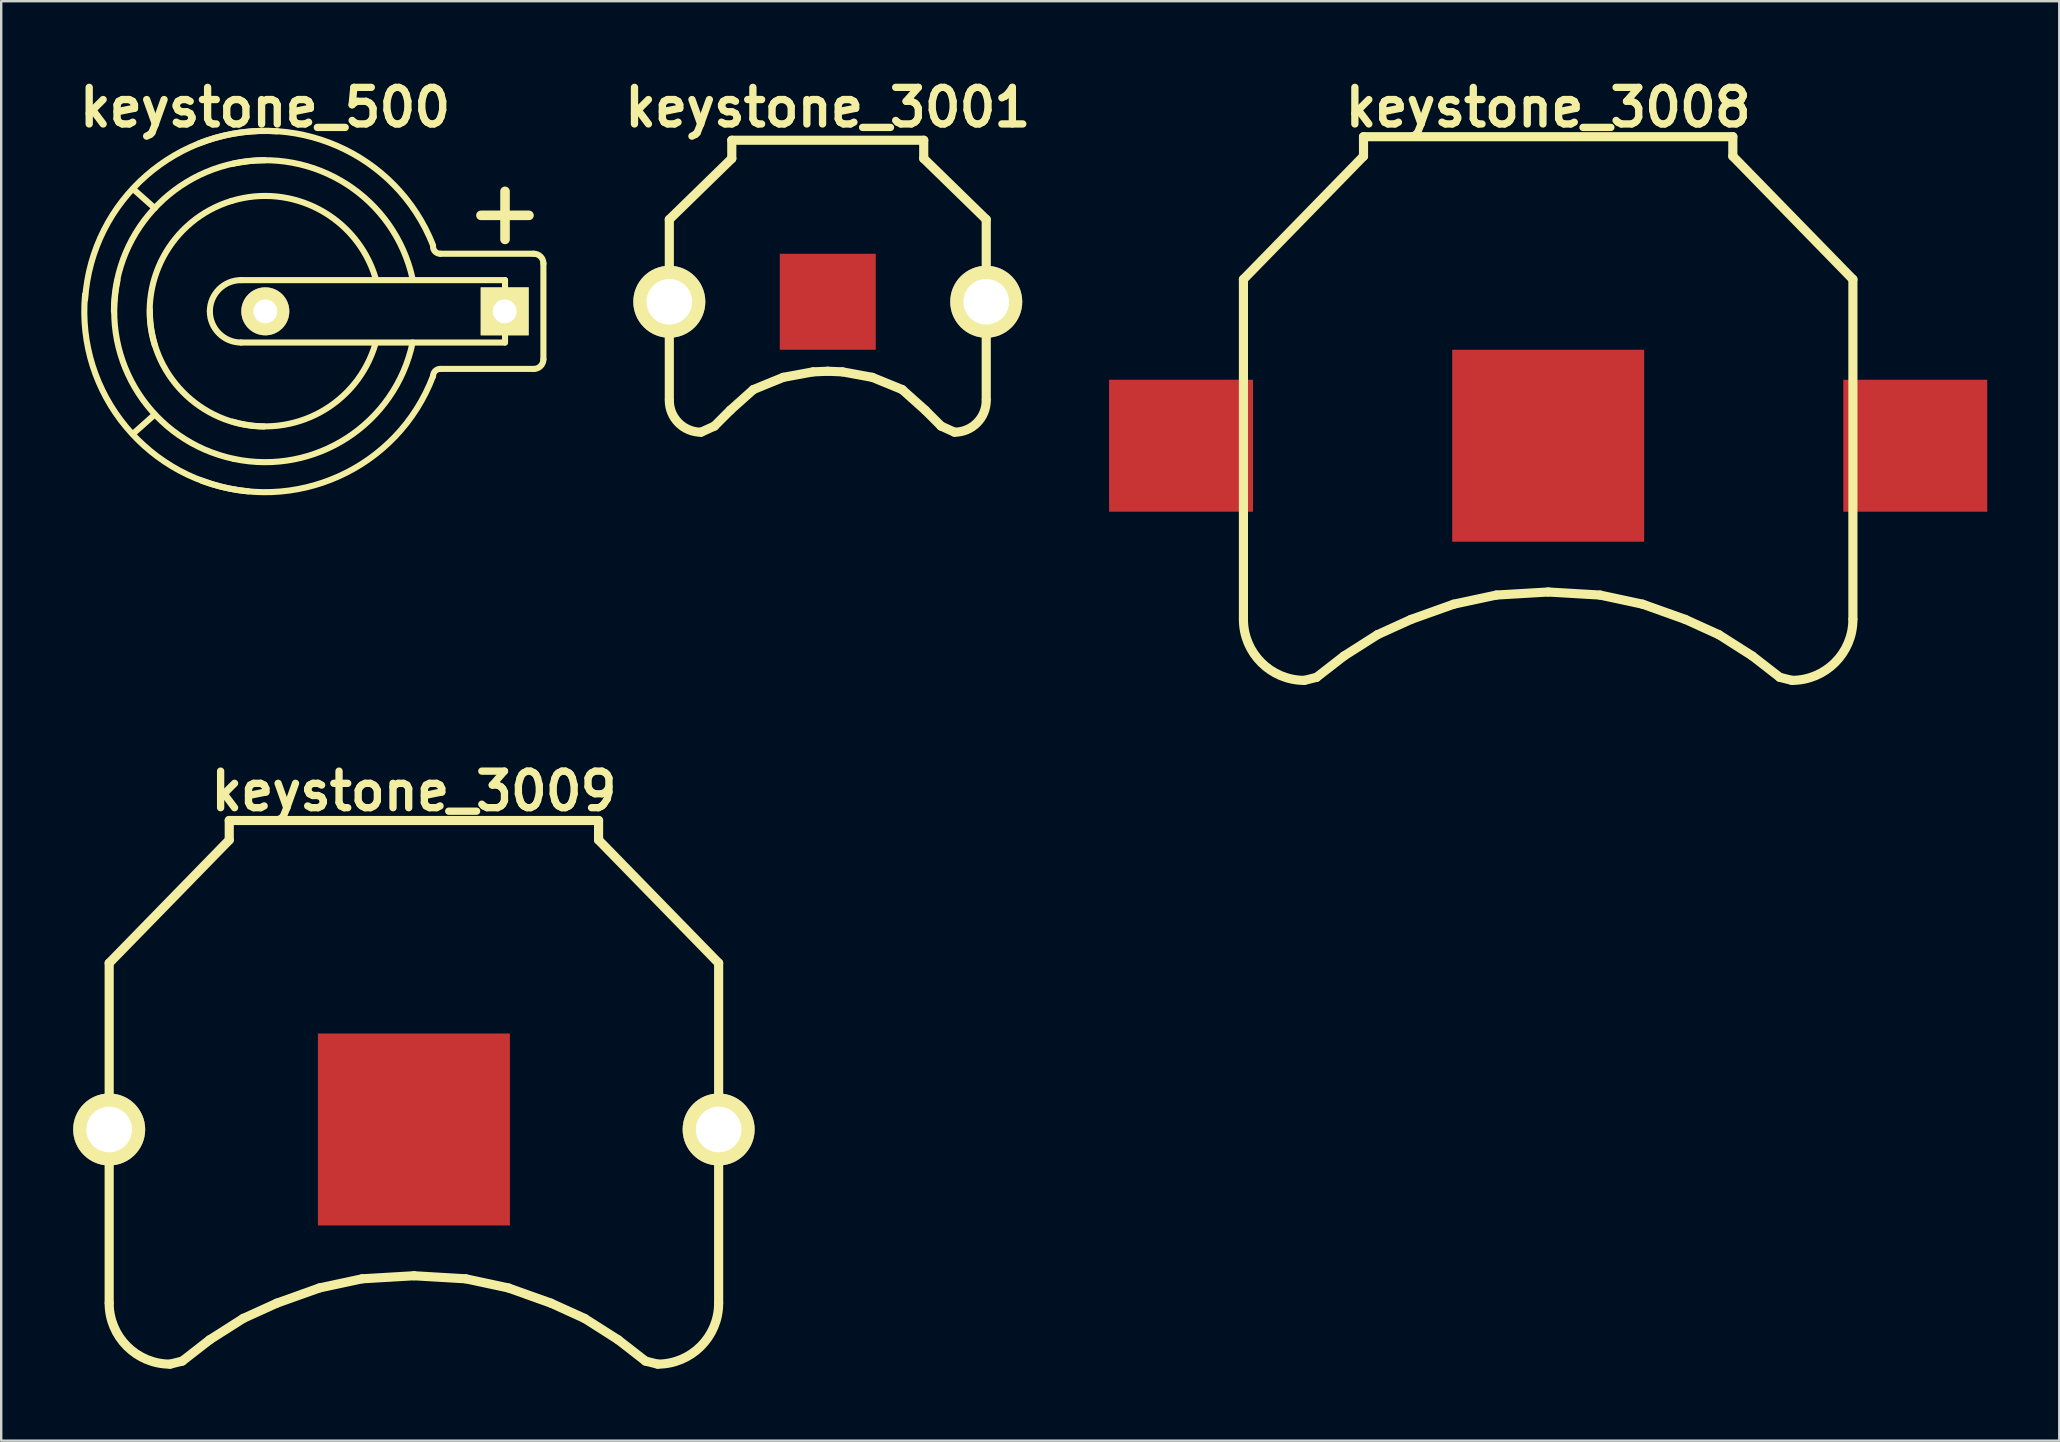
<source format=kicad_pcb>
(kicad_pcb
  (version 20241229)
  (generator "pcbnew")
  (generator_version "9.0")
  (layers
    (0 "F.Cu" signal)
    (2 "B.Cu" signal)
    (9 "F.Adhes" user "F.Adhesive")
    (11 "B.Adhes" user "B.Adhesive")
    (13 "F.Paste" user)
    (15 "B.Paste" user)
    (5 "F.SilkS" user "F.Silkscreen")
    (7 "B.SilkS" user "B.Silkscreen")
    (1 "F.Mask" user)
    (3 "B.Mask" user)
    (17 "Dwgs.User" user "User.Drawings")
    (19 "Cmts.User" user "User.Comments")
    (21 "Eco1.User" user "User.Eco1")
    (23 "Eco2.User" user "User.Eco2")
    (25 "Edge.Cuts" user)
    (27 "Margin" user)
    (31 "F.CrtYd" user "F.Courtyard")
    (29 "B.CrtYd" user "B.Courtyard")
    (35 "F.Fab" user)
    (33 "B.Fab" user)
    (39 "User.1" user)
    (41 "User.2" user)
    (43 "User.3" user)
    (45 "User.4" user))
  (footprint "keystone_500"
    (layer "F.Cu")
    (at 7.997 9.925)
    (property "Reference" "keystone_500" (at 0 -8.499 0) (layer "F.SilkS") (effects (font (size 1.524 1.524) (thickness 0.305))))
    (attr through_hole)
    (fp_line (start -5.499 -5.1) (end -4.6 -4.3) (stroke (width 0.254) (type solid)) (layer "F.SilkS"))
    (fp_line (start -5.499 5.1) (end -4.6 4.3) (stroke (width 0.254) (type solid)) (layer "F.SilkS"))
    (fp_line (start -1.001 -1.3) (end 10 -1.3) (stroke (width 0.254) (type solid)) (layer "F.SilkS"))
    (fp_line (start 8.997 -4) (end 10.998 -4) (stroke (width 0.399) (type solid)) (layer "F.SilkS"))
    (fp_line (start 10 -2.997) (end 10 -5.001) (stroke (width 0.399) (type solid)) (layer "F.SilkS"))
    (fp_line (start 10 -1.3) (end 10 1.3) (stroke (width 0.254) (type solid)) (layer "F.SilkS"))
    (fp_line (start 10 1.3) (end -1.001 1.3) (stroke (width 0.254) (type solid)) (layer "F.SilkS"))
    (fp_line (start 11.199 -2.4) (end 7.3 -2.4) (stroke (width 0.254) (type solid)) (layer "F.SilkS"))
    (fp_line (start 11.199 2.4) (end 7.3 2.4) (stroke (width 0.254) (type solid)) (layer "F.SilkS"))
    (fp_line (start 11.6 1.999) (end 11.6 -1.999) (stroke (width 0.254) (type solid)) (layer "F.SilkS"))
    (fp_arc (start -7.50062 -0.50038) (mid -4.949917 -5.657561) (end 0.50038 -7.50062) (stroke (width 0.254) (type solid)) (layer "F.SilkS"))
    (fp_arc (start -6.2992 0) (mid -4.454207 -4.454207) (end 0 -6.2992) (stroke (width 0.254) (type solid)) (layer "F.SilkS"))
    (fp_arc (start -4.59994 1.39954) (mid -4.242273 -2.263025) (end -1.39954 -4.59994) (stroke (width 0.254) (type solid)) (layer "F.SilkS"))
    (fp_arc (start -2.75082 -7.00024) (mid 3.004794 -6.895041) (end 7.00024 -2.75082) (stroke (width 0.254) (type solid)) (layer "F.SilkS"))
    (fp_arc (start -2.30124 0) (mid -1.920338 -0.919578) (end -1.00076 -1.30048) (stroke (width 0.254) (type solid)) (layer "F.SilkS"))
    (fp_arc (start -1.39954 -4.59994) (mid 2.263025 -4.242273) (end 4.59994 -1.39954) (stroke (width 0.254) (type solid)) (layer "F.SilkS"))
    (fp_arc (start -1.34874 -6.14934) (mid 3.394537 -5.301943) (end 6.14934 -1.34874) (stroke (width 0.254) (type solid)) (layer "F.SilkS"))
    (fp_arc (start -1.30048 6.14934) (mid -5.267818 3.428662) (end -6.14934 -1.30048) (stroke (width 0.254) (type solid)) (layer "F.SilkS"))
    (fp_arc (start -1.00076 1.30048) (mid -1.920338 0.919578) (end -2.30124 0) (stroke (width 0.254) (type solid)) (layer "F.SilkS"))
    (fp_arc (start -0.70104 7.50062) (mid -5.799449 4.808029) (end -7.50062 -0.70104) (stroke (width 0.254) (type solid)) (layer "F.SilkS"))
    (fp_arc (start -0.0508 4.8006) (mid -3.430458 3.358616) (end -4.8006 -0.0508) (stroke (width 0.254) (type solid)) (layer "F.SilkS"))
    (fp_arc (start 4.59994 1.34874) (mid 2.298946 4.206352) (end -1.34874 4.59994) (stroke (width 0.254) (type solid)) (layer "F.SilkS"))
    (fp_arc (start 6.14934 1.30048) (mid 3.428662 5.267818) (end -1.30048 6.14934) (stroke (width 0.254) (type solid)) (layer "F.SilkS"))
    (fp_arc (start 7.00024 2.70002) (mid 3.076636 6.873999) (end -2.64922 7.05104) (stroke (width 0.254) (type solid)) (layer "F.SilkS"))
    (fp_arc (start 7.00024 2.70002) (mid 7.088026 2.488086) (end 7.29996 2.4003) (stroke (width 0.254) (type solid)) (layer "F.SilkS"))
    (fp_arc (start 7.29996 -2.4003) (mid 7.088026 -2.488086) (end 7.00024 -2.70002) (stroke (width 0.254) (type solid)) (layer "F.SilkS"))
    (fp_arc (start 11.19886 -2.4003) (mid 11.482636 -2.282756) (end 11.60018 -1.99898) (stroke (width 0.254) (type solid)) (layer "F.SilkS"))
    (fp_arc (start 11.60018 1.99898) (mid 11.482636 2.282756) (end 11.19886 2.4003) (stroke (width 0.254) (type solid)) (layer "F.SilkS"))
    (pad "1" thru_hole rect (at 9.987 0) (size 1.999 1.999) (drill 0.996) (layers "*.Cu" "*.Mask" "F.SilkS"))
    (pad "2" thru_hole circle (at 0.01 0) (size 1.999 1.999) (drill 0.996) (layers "*.Cu" "*.Mask" "F.SilkS")))
  (footprint "keystone_3008"
    (layer "F.Cu")
    (at 61.471 15.526)
    (property "Reference" "keystone_3008" (at 0 -14.1 0) (layer "F.SilkS") (effects (font (size 1.524 1.524) (thickness 0.305))))
    (attr through_hole)
    (fp_line (start -12.7 -6.934) (end -12.7 7.214) (stroke (width 0.381) (type solid)) (layer "F.SilkS"))
    (fp_line (start -10.16 9.779) (end -9.652 9.652) (stroke (width 0.381) (type solid)) (layer "F.SilkS"))
    (fp_line (start -9.652 9.652) (end -8.509 8.763) (stroke (width 0.381) (type solid)) (layer "F.SilkS"))
    (fp_line (start -8.509 8.763) (end -7.112 7.874) (stroke (width 0.381) (type solid)) (layer "F.SilkS"))
    (fp_line (start -7.696 -12.878) (end -7.696 -12.065) (stroke (width 0.381) (type solid)) (layer "F.SilkS"))
    (fp_line (start -7.696 -12.878) (end 7.696 -12.878) (stroke (width 0.381) (type solid)) (layer "F.SilkS"))
    (fp_line (start -7.696 -12.065) (end -12.7 -6.934) (stroke (width 0.381) (type solid)) (layer "F.SilkS"))
    (fp_line (start -7.112 7.874) (end -5.715 7.239) (stroke (width 0.381) (type solid)) (layer "F.SilkS"))
    (fp_line (start -5.715 7.239) (end -3.937 6.604) (stroke (width 0.381) (type solid)) (layer "F.SilkS"))
    (fp_line (start -3.937 6.604) (end -2.159 6.223) (stroke (width 0.381) (type solid)) (layer "F.SilkS"))
    (fp_line (start -2.159 6.223) (end 0 6.096) (stroke (width 0.381) (type solid)) (layer "F.SilkS"))
    (fp_line (start 0 6.096) (end 2.159 6.223) (stroke (width 0.381) (type solid)) (layer "F.SilkS"))
    (fp_line (start 2.159 6.223) (end 3.937 6.604) (stroke (width 0.381) (type solid)) (layer "F.SilkS"))
    (fp_line (start 3.937 6.604) (end 5.715 7.239) (stroke (width 0.381) (type solid)) (layer "F.SilkS"))
    (fp_line (start 5.715 7.239) (end 7.112 7.874) (stroke (width 0.381) (type solid)) (layer "F.SilkS"))
    (fp_line (start 7.112 7.874) (end 8.509 8.763) (stroke (width 0.381) (type solid)) (layer "F.SilkS"))
    (fp_line (start 7.696 -12.878) (end 7.696 -12.065) (stroke (width 0.381) (type solid)) (layer "F.SilkS"))
    (fp_line (start 7.696 -12.065) (end 12.7 -6.934) (stroke (width 0.381) (type solid)) (layer "F.SilkS"))
    (fp_line (start 8.509 8.763) (end 9.652 9.652) (stroke (width 0.381) (type solid)) (layer "F.SilkS"))
    (fp_line (start 9.652 9.652) (end 10.16 9.779) (stroke (width 0.381) (type solid)) (layer "F.SilkS"))
    (fp_line (start 12.7 -6.934) (end 12.7 7.214) (stroke (width 0.381) (type solid)) (layer "F.SilkS"))
    (fp_arc (start -10.16 9.779) (mid -11.956051 9.035051) (end -12.7 7.239) (stroke (width 0.381) (type solid)) (layer "F.SilkS"))
    (fp_arc (start 12.7 7.239) (mid 11.956051 9.035051) (end 10.16 9.779) (stroke (width 0.381) (type solid)) (layer "F.SilkS"))
    (pad "1" smd rect (at -15.3 0) (size 6 5.5) (layers "F.Cu" "F.Mask" "F.Paste"))
    (pad "1" smd rect (at 15.3 0) (size 6 5.5) (layers "F.Cu" "F.Mask" "F.Paste"))
    (pad "2" smd rect (at 0 0) (size 8 8) (layers "F.Cu" "F.Mask" "F.Paste")))
  (footprint "keystone_3009"
    (layer "F.Cu")
    (at 14.2 44.022)
    (property "Reference" "keystone_3009" (at 0 -14.1 0) (layer "F.SilkS") (effects (font (size 1.524 1.524) (thickness 0.305))))
    (attr through_hole)
    (fp_line (start -12.7 -6.934) (end -12.7 7.214) (stroke (width 0.381) (type solid)) (layer "F.SilkS"))
    (fp_line (start -10.16 9.779) (end -9.652 9.652) (stroke (width 0.381) (type solid)) (layer "F.SilkS"))
    (fp_line (start -9.652 9.652) (end -8.509 8.763) (stroke (width 0.381) (type solid)) (layer "F.SilkS"))
    (fp_line (start -8.509 8.763) (end -7.112 7.874) (stroke (width 0.381) (type solid)) (layer "F.SilkS"))
    (fp_line (start -7.696 -12.878) (end -7.696 -12.065) (stroke (width 0.381) (type solid)) (layer "F.SilkS"))
    (fp_line (start -7.696 -12.878) (end 7.696 -12.878) (stroke (width 0.381) (type solid)) (layer "F.SilkS"))
    (fp_line (start -7.696 -12.065) (end -12.7 -6.934) (stroke (width 0.381) (type solid)) (layer "F.SilkS"))
    (fp_line (start -7.112 7.874) (end -5.715 7.239) (stroke (width 0.381) (type solid)) (layer "F.SilkS"))
    (fp_line (start -5.715 7.239) (end -3.937 6.604) (stroke (width 0.381) (type solid)) (layer "F.SilkS"))
    (fp_line (start -3.937 6.604) (end -2.159 6.223) (stroke (width 0.381) (type solid)) (layer "F.SilkS"))
    (fp_line (start -2.159 6.223) (end 0 6.096) (stroke (width 0.381) (type solid)) (layer "F.SilkS"))
    (fp_line (start 0 6.096) (end 2.159 6.223) (stroke (width 0.381) (type solid)) (layer "F.SilkS"))
    (fp_line (start 2.159 6.223) (end 3.937 6.604) (stroke (width 0.381) (type solid)) (layer "F.SilkS"))
    (fp_line (start 3.937 6.604) (end 5.715 7.239) (stroke (width 0.381) (type solid)) (layer "F.SilkS"))
    (fp_line (start 5.715 7.239) (end 7.112 7.874) (stroke (width 0.381) (type solid)) (layer "F.SilkS"))
    (fp_line (start 7.112 7.874) (end 8.509 8.763) (stroke (width 0.381) (type solid)) (layer "F.SilkS"))
    (fp_line (start 7.696 -12.878) (end 7.696 -12.065) (stroke (width 0.381) (type solid)) (layer "F.SilkS"))
    (fp_line (start 7.696 -12.065) (end 12.7 -6.934) (stroke (width 0.381) (type solid)) (layer "F.SilkS"))
    (fp_line (start 8.509 8.763) (end 9.652 9.652) (stroke (width 0.381) (type solid)) (layer "F.SilkS"))
    (fp_line (start 9.652 9.652) (end 10.16 9.779) (stroke (width 0.381) (type solid)) (layer "F.SilkS"))
    (fp_line (start 12.7 -6.934) (end 12.7 7.214) (stroke (width 0.381) (type solid)) (layer "F.SilkS"))
    (fp_arc (start -10.16 9.779) (mid -11.956051 9.035051) (end -12.7 7.239) (stroke (width 0.381) (type solid)) (layer "F.SilkS"))
    (fp_arc (start 12.7 7.239) (mid 11.956051 9.035051) (end 10.16 9.779) (stroke (width 0.381) (type solid)) (layer "F.SilkS"))
    (pad "1" thru_hole circle (at -12.7 0) (size 3 3) (drill 1.9) (layers "*.Cu" "*.Mask" "F.SilkS"))
    (pad "1" thru_hole circle (at 12.7 0) (size 3 3) (drill 1.9) (layers "*.Cu" "*.Mask" "F.SilkS"))
    (pad "2" smd rect (at 0 0) (size 8 8) (layers "F.Cu" "F.Mask" "F.Paste")))
  (footprint "keystone_3001"
    (layer "F.Cu")
    (at 31.448 9.526)
    (property "Reference" "keystone_3001" (at 0 -8.1 0) (layer "F.SilkS") (effects (font (size 1.524 1.524) (thickness 0.305))))
    (attr through_hole)
    (fp_line (start -6.604 -3.429) (end -6.604 4.064) (stroke (width 0.381) (type solid)) (layer "F.SilkS"))
    (fp_line (start -5.283 5.436) (end -4.724 5.182) (stroke (width 0.381) (type solid)) (layer "F.SilkS"))
    (fp_line (start -4.064 4.521) (end -4.724 5.182) (stroke (width 0.381) (type solid)) (layer "F.SilkS"))
    (fp_line (start -4 -6.731) (end -4 -5.969) (stroke (width 0.381) (type solid)) (layer "F.SilkS"))
    (fp_line (start -4 -6.731) (end 4 -6.731) (stroke (width 0.381) (type solid)) (layer "F.SilkS"))
    (fp_line (start -4 -5.969) (end -6.604 -3.429) (stroke (width 0.381) (type solid)) (layer "F.SilkS"))
    (fp_line (start -3.099 3.658) (end -4.064 4.521) (stroke (width 0.381) (type solid)) (layer "F.SilkS"))
    (fp_line (start -3.099 3.658) (end -1.854 3.15) (stroke (width 0.381) (type solid)) (layer "F.SilkS"))
    (fp_line (start -1.854 3.15) (end -0.61 2.921) (stroke (width 0.381) (type solid)) (layer "F.SilkS"))
    (fp_line (start -0.61 2.921) (end 0 2.896) (stroke (width 0.381) (type solid)) (layer "F.SilkS"))
    (fp_line (start 0 2.896) (end 0.61 2.921) (stroke (width 0.381) (type solid)) (layer "F.SilkS"))
    (fp_line (start 0.61 2.921) (end 1.854 3.15) (stroke (width 0.381) (type solid)) (layer "F.SilkS"))
    (fp_line (start 1.854 3.15) (end 3.099 3.658) (stroke (width 0.381) (type solid)) (layer "F.SilkS"))
    (fp_line (start 3.099 3.658) (end 4.064 4.521) (stroke (width 0.381) (type solid)) (layer "F.SilkS"))
    (fp_line (start 3.999 -6.731) (end 3.999 -5.969) (stroke (width 0.381) (type solid)) (layer "F.SilkS"))
    (fp_line (start 4 -5.969) (end 6.604 -3.429) (stroke (width 0.381) (type solid)) (layer "F.SilkS"))
    (fp_line (start 4.064 4.521) (end 4.724 5.182) (stroke (width 0.381) (type solid)) (layer "F.SilkS"))
    (fp_line (start 4.724 5.182) (end 5.283 5.436) (stroke (width 0.381) (type solid)) (layer "F.SilkS"))
    (fp_line (start 6.604 -3.429) (end 6.604 4.064) (stroke (width 0.381) (type solid)) (layer "F.SilkS"))
    (fp_arc (start -5.2832 5.4356) (mid -6.217147 5.048747) (end -6.604 4.1148) (stroke (width 0.381) (type solid)) (layer "F.SilkS"))
    (fp_arc (start 6.604 4.1148) (mid 6.217147 5.048747) (end 5.2832 5.4356) (stroke (width 0.381) (type solid)) (layer "F.SilkS"))
    (pad "1" thru_hole circle (at -6.604 0) (size 3 3) (drill 1.9) (layers "*.Cu" "*.Mask" "F.SilkS"))
    (pad "1" thru_hole circle (at 6.604 0) (size 3 3) (drill 1.9) (layers "*.Cu" "*.Mask" "F.SilkS"))
    (pad "2" smd rect (at 0 0) (size 4 4) (layers "F.Cu" "F.Mask" "F.Paste")))
  (gr_rect
    (start -3 -3)
    (end 82.771 56.992)
    (stroke (width 0.1) (type default))
    (fill no)
    (layer "Edge.Cuts")))
</source>
